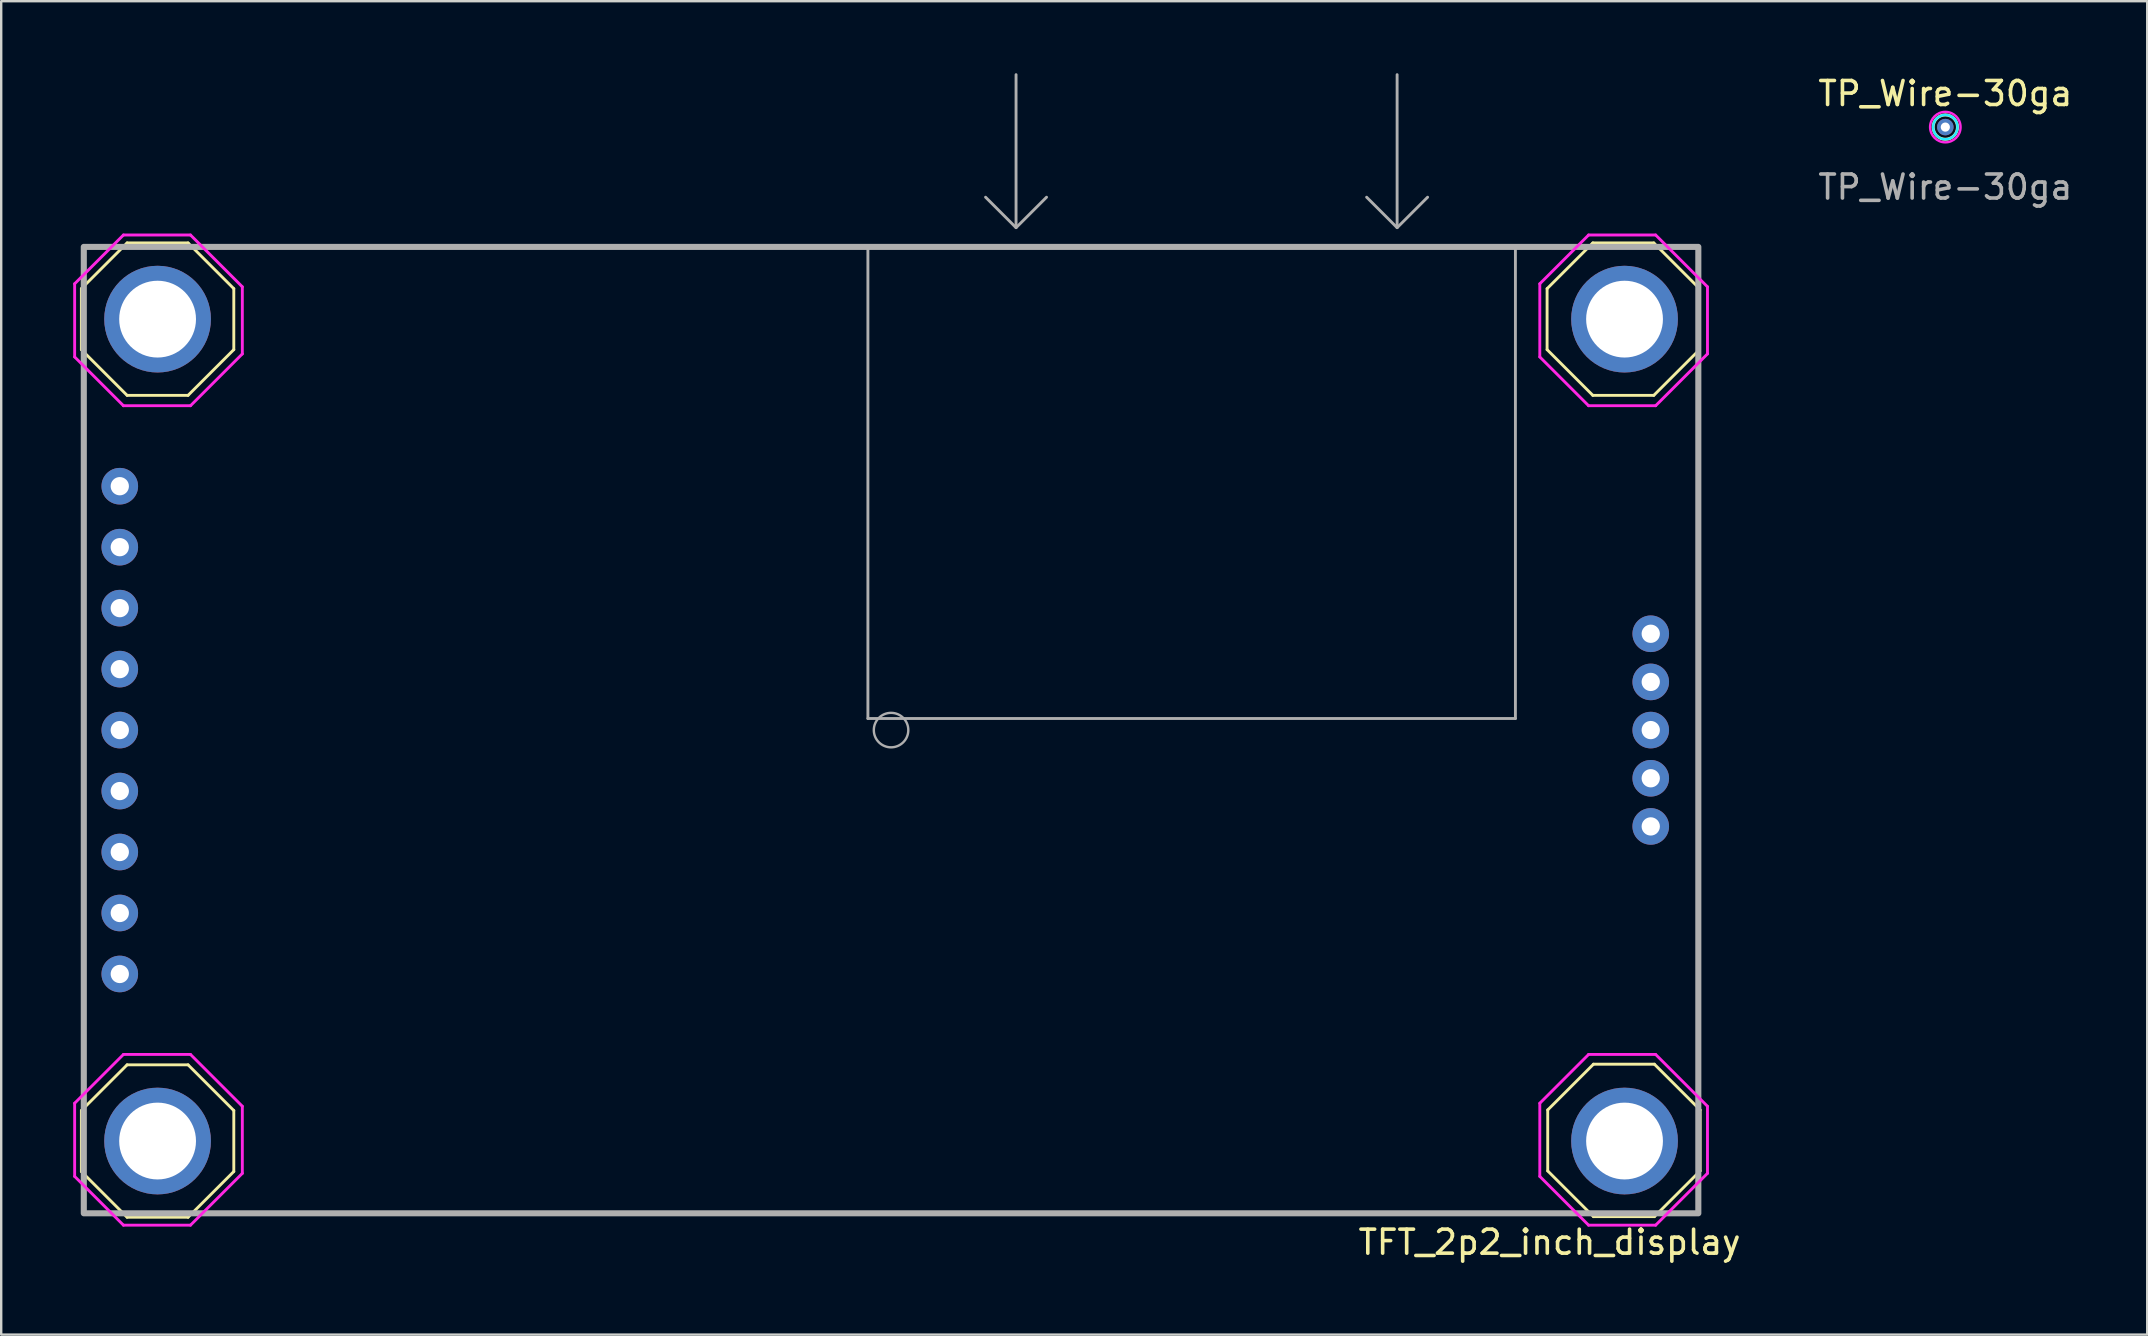
<source format=kicad_pcb>
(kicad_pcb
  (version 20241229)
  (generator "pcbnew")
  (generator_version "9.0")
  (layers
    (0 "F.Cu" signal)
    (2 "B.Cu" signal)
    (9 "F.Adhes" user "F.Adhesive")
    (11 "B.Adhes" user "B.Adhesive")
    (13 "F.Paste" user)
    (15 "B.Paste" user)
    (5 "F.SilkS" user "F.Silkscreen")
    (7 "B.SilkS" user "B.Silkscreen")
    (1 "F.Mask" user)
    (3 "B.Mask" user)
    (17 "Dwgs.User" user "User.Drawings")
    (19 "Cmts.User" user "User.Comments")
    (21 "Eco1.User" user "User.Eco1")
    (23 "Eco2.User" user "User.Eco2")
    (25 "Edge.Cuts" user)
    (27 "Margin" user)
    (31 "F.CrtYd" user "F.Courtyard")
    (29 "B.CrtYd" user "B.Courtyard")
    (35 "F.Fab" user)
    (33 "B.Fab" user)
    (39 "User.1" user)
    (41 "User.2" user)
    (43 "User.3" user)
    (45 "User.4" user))
  (footprint "TFT_2p2_inch_display"
    (layer "F.Cu")
    (at 34.071 27.365)
    (property "Reference" "TFT_2p2_inch_display" (at 27.432 21.336 0) (layer "F.SilkS") (effects (font (size 1 1) (thickness 0.15))))
    (attr through_hole)
    (fp_line (start -33.731 -18.39) (end -33.731 -15.85) (stroke (width 0.12) (type solid)) (layer "F.SilkS"))
    (fp_line (start -33.731 -18.39) (end -31.826 -20.295) (stroke (width 0.12) (type solid)) (layer "F.SilkS"))
    (fp_line (start -33.731 15.85) (end -33.731 18.39) (stroke (width 0.12) (type solid)) (layer "F.SilkS"))
    (fp_line (start -33.731 15.85) (end -31.826 13.945) (stroke (width 0.12) (type solid)) (layer "F.SilkS"))
    (fp_line (start -31.826 -13.945) (end -33.731 -15.85) (stroke (width 0.12) (type solid)) (layer "F.SilkS"))
    (fp_line (start -31.826 -13.945) (end -29.286 -13.945) (stroke (width 0.12) (type solid)) (layer "F.SilkS"))
    (fp_line (start -31.826 20.295) (end -33.731 18.39) (stroke (width 0.12) (type solid)) (layer "F.SilkS"))
    (fp_line (start -31.826 20.295) (end -29.286 20.295) (stroke (width 0.12) (type solid)) (layer "F.SilkS"))
    (fp_line (start -29.286 -20.295) (end -31.826 -20.295) (stroke (width 0.12) (type solid)) (layer "F.SilkS"))
    (fp_line (start -29.286 -20.295) (end -27.381 -18.39) (stroke (width 0.12) (type solid)) (layer "F.SilkS"))
    (fp_line (start -29.286 13.945) (end -31.826 13.945) (stroke (width 0.12) (type solid)) (layer "F.SilkS"))
    (fp_line (start -29.286 13.945) (end -27.381 15.85) (stroke (width 0.12) (type solid)) (layer "F.SilkS"))
    (fp_line (start -27.381 -15.85) (end -29.286 -13.945) (stroke (width 0.12) (type solid)) (layer "F.SilkS"))
    (fp_line (start -27.381 -15.85) (end -27.381 -18.39) (stroke (width 0.12) (type solid)) (layer "F.SilkS"))
    (fp_line (start -27.381 18.39) (end -29.286 20.295) (stroke (width 0.12) (type solid)) (layer "F.SilkS"))
    (fp_line (start -27.381 18.39) (end -27.381 15.85) (stroke (width 0.12) (type solid)) (layer "F.SilkS"))
    (fp_line (start 27.33 -18.39) (end 27.33 -15.85) (stroke (width 0.12) (type solid)) (layer "F.SilkS"))
    (fp_line (start 27.33 -18.39) (end 29.235 -20.295) (stroke (width 0.12) (type solid)) (layer "F.SilkS"))
    (fp_line (start 27.356 15.824) (end 27.356 18.364) (stroke (width 0.12) (type solid)) (layer "F.SilkS"))
    (fp_line (start 27.356 15.824) (end 29.261 13.919) (stroke (width 0.12) (type solid)) (layer "F.SilkS"))
    (fp_line (start 29.235 -13.945) (end 27.33 -15.85) (stroke (width 0.12) (type solid)) (layer "F.SilkS"))
    (fp_line (start 29.235 -13.945) (end 31.775 -13.945) (stroke (width 0.12) (type solid)) (layer "F.SilkS"))
    (fp_line (start 29.261 20.269) (end 27.356 18.364) (stroke (width 0.12) (type solid)) (layer "F.SilkS"))
    (fp_line (start 29.261 20.269) (end 31.801 20.269) (stroke (width 0.12) (type solid)) (layer "F.SilkS"))
    (fp_line (start 31.775 -20.295) (end 29.235 -20.295) (stroke (width 0.12) (type solid)) (layer "F.SilkS"))
    (fp_line (start 31.775 -20.295) (end 33.68 -18.39) (stroke (width 0.12) (type solid)) (layer "F.SilkS"))
    (fp_line (start 31.801 13.919) (end 29.261 13.919) (stroke (width 0.12) (type solid)) (layer "F.SilkS"))
    (fp_line (start 31.801 13.919) (end 33.706 15.824) (stroke (width 0.12) (type solid)) (layer "F.SilkS"))
    (fp_line (start 33.68 -15.85) (end 31.775 -13.945) (stroke (width 0.12) (type solid)) (layer "F.SilkS"))
    (fp_line (start 33.68 -15.85) (end 33.68 -18.39) (stroke (width 0.12) (type solid)) (layer "F.SilkS"))
    (fp_line (start 33.706 18.364) (end 31.801 20.269) (stroke (width 0.12) (type solid)) (layer "F.SilkS"))
    (fp_line (start 33.706 18.364) (end 33.706 15.824) (stroke (width 0.12) (type solid)) (layer "F.SilkS"))
    (fp_line (start -34.011 -18.593) (end -31.979 -20.625) (stroke (width 0.12) (type solid)) (layer "F.CrtYd"))
    (fp_line (start -34.011 -15.545) (end -34.011 -18.593) (stroke (width 0.12) (type solid)) (layer "F.CrtYd"))
    (fp_line (start -34.011 15.545) (end -31.979 13.513) (stroke (width 0.12) (type solid)) (layer "F.CrtYd"))
    (fp_line (start -34.011 18.593) (end -34.011 15.545) (stroke (width 0.12) (type solid)) (layer "F.CrtYd"))
    (fp_line (start -31.979 -20.625) (end -29.185 -20.625) (stroke (width 0.12) (type solid)) (layer "F.CrtYd"))
    (fp_line (start -31.979 -13.513) (end -34.011 -15.545) (stroke (width 0.12) (type solid)) (layer "F.CrtYd"))
    (fp_line (start -31.979 13.513) (end -29.185 13.513) (stroke (width 0.12) (type solid)) (layer "F.CrtYd"))
    (fp_line (start -31.979 20.625) (end -34.011 18.593) (stroke (width 0.12) (type solid)) (layer "F.CrtYd"))
    (fp_line (start -29.185 -20.625) (end -27.026 -18.466) (stroke (width 0.12) (type solid)) (layer "F.CrtYd"))
    (fp_line (start -29.185 -13.513) (end -31.979 -13.513) (stroke (width 0.12) (type solid)) (layer "F.CrtYd"))
    (fp_line (start -29.185 13.513) (end -27.026 15.672) (stroke (width 0.12) (type solid)) (layer "F.CrtYd"))
    (fp_line (start -29.185 20.625) (end -31.979 20.625) (stroke (width 0.12) (type solid)) (layer "F.CrtYd"))
    (fp_line (start -27.026 -18.466) (end -27.026 -15.672) (stroke (width 0.12) (type solid)) (layer "F.CrtYd"))
    (fp_line (start -27.026 -15.672) (end -29.185 -13.513) (stroke (width 0.12) (type solid)) (layer "F.CrtYd"))
    (fp_line (start -27.026 15.672) (end -27.026 18.466) (stroke (width 0.12) (type solid)) (layer "F.CrtYd"))
    (fp_line (start -27.026 18.466) (end -29.185 20.625) (stroke (width 0.12) (type solid)) (layer "F.CrtYd"))
    (fp_line (start 27.026 -18.593) (end 29.058 -20.625) (stroke (width 0.12) (type solid)) (layer "F.CrtYd"))
    (fp_line (start 27.026 -15.545) (end 27.026 -18.593) (stroke (width 0.12) (type solid)) (layer "F.CrtYd"))
    (fp_line (start 27.026 15.545) (end 29.058 13.513) (stroke (width 0.12) (type solid)) (layer "F.CrtYd"))
    (fp_line (start 27.026 18.593) (end 27.026 15.545) (stroke (width 0.12) (type solid)) (layer "F.CrtYd"))
    (fp_line (start 29.058 -20.625) (end 31.852 -20.625) (stroke (width 0.12) (type solid)) (layer "F.CrtYd"))
    (fp_line (start 29.058 -13.513) (end 27.026 -15.545) (stroke (width 0.12) (type solid)) (layer "F.CrtYd"))
    (fp_line (start 29.058 13.513) (end 31.852 13.513) (stroke (width 0.12) (type solid)) (layer "F.CrtYd"))
    (fp_line (start 29.058 20.625) (end 27.026 18.593) (stroke (width 0.12) (type solid)) (layer "F.CrtYd"))
    (fp_line (start 31.852 -20.625) (end 34.011 -18.466) (stroke (width 0.12) (type solid)) (layer "F.CrtYd"))
    (fp_line (start 31.852 -13.513) (end 29.058 -13.513) (stroke (width 0.12) (type solid)) (layer "F.CrtYd"))
    (fp_line (start 31.852 13.513) (end 34.011 15.672) (stroke (width 0.12) (type solid)) (layer "F.CrtYd"))
    (fp_line (start 31.852 20.625) (end 29.058 20.625) (stroke (width 0.12) (type solid)) (layer "F.CrtYd"))
    (fp_line (start 34.011 -18.466) (end 34.011 -15.672) (stroke (width 0.12) (type solid)) (layer "F.CrtYd"))
    (fp_line (start 34.011 -15.672) (end 31.852 -13.513) (stroke (width 0.12) (type solid)) (layer "F.CrtYd"))
    (fp_line (start 34.011 15.672) (end 34.011 18.466) (stroke (width 0.12) (type solid)) (layer "F.CrtYd"))
    (fp_line (start 34.011 18.466) (end 31.852 20.625) (stroke (width 0.12) (type solid)) (layer "F.CrtYd"))
    (fp_line (start -0.965 -20.117) (end -0.965 -0.483) (stroke (width 0.12) (type solid)) (layer "F.Fab"))
    (fp_line (start -0.965 -0.483) (end 26.01 -0.483) (stroke (width 0.12) (type solid)) (layer "F.Fab"))
    (fp_line (start 5.207 -20.955) (end 5.207 -27.305) (stroke (width 0.12) (type solid)) (layer "F.Fab"))
    (fp_line (start 5.207 -20.93) (end 3.937 -22.2) (stroke (width 0.12) (type solid)) (layer "F.Fab"))
    (fp_line (start 6.477 -22.2) (end 5.207 -20.93) (stroke (width 0.12) (type solid)) (layer "F.Fab"))
    (fp_line (start 21.082 -20.955) (end 21.082 -27.305) (stroke (width 0.12) (type solid)) (layer "F.Fab"))
    (fp_line (start 21.082 -20.93) (end 19.812 -22.2) (stroke (width 0.12) (type solid)) (layer "F.Fab"))
    (fp_line (start 22.352 -22.2) (end 21.082 -20.93) (stroke (width 0.12) (type solid)) (layer "F.Fab"))
    (fp_line (start 26.01 -20.117) (end 26.01 -0.483) (stroke (width 0.12) (type solid)) (layer "F.Fab"))
    (fp_rect (start -33.63 -20.13) (end 33.63 20.13) (stroke (width 0.254) (type solid)) (fill no) (layer "F.Fab"))
    (fp_circle (center 0 0) (end 0.508 0.508) (stroke (width 0.1) (type solid)) (fill no) (layer "F.Fab"))
    (pad "" np_thru_hole circle (at -30.556 -17.12) (size 4.445 4.445) (drill 3.2) (layers "*.Cu" "*.Mask"))
    (pad "" np_thru_hole circle (at -30.556 17.12) (size 4.445 4.445) (drill 3.2) (layers "*.Cu" "*.Mask"))
    (pad "" np_thru_hole circle (at 30.556 -17.12) (size 4.445 4.445) (drill 3.2) (layers "*.Cu" "*.Mask"))
    (pad "" np_thru_hole circle (at 30.556 17.12) (size 4.445 4.445) (drill 3.2) (layers "*.Cu" "*.Mask"))
    (pad "1" thru_hole circle (at -32.131 -10.16) (size 1.524 1.524) (drill 0.762) (layers "*.Cu" "*.Mask"))
    (pad "2" thru_hole circle (at -32.131 -7.62) (size 1.524 1.524) (drill 0.762) (layers "*.Cu" "*.Mask"))
    (pad "3" thru_hole circle (at -32.131 -5.08) (size 1.524 1.524) (drill 0.762) (layers "*.Cu" "*.Mask"))
    (pad "4" thru_hole circle (at -32.131 -2.54) (size 1.524 1.524) (drill 0.762) (layers "*.Cu" "*.Mask"))
    (pad "5" thru_hole circle (at -32.131 0) (size 1.524 1.524) (drill 0.762) (layers "*.Cu" "*.Mask"))
    (pad "6" thru_hole circle (at -32.131 2.54) (size 1.524 1.524) (drill 0.762) (layers "*.Cu" "*.Mask"))
    (pad "7" thru_hole circle (at -32.131 5.08) (size 1.524 1.524) (drill 0.762) (layers "*.Cu" "*.Mask"))
    (pad "8" thru_hole circle (at -32.131 7.62) (size 1.524 1.524) (drill 0.762) (layers "*.Cu" "*.Mask"))
    (pad "9" thru_hole circle (at -32.131 10.16) (size 1.524 1.524) (drill 0.762) (layers "*.Cu" "*.Mask"))
    (pad "10" thru_hole circle (at 31.648 -4.013) (size 1.524 1.524) (drill 0.762) (layers "*.Cu" "*.Mask"))
    (pad "11" thru_hole circle (at 31.648 -2.007) (size 1.524 1.524) (drill 0.762) (layers "*.Cu" "*.Mask"))
    (pad "12" thru_hole circle (at 31.648 0) (size 1.524 1.524) (drill 0.762) (layers "*.Cu" "*.Mask"))
    (pad "13" thru_hole circle (at 31.648 2.007) (size 1.524 1.524) (drill 0.762) (layers "*.Cu" "*.Mask"))
    (pad "14" thru_hole circle (at 31.648 4.013) (size 1.524 1.524) (drill 0.762) (layers "*.Cu" "*.Mask")))
  (footprint "TP_Wire-30ga"
    (layer "F.Cu")
    (at 77.991 2.245)
    (property "Reference" "TP_Wire-30ga" (at 0 -1.397 0) (unlocked yes) (layer "F.SilkS") (effects (font (size 1 1) (thickness 0.15))))
    (attr through_hole)
    (fp_circle (center 0 0) (end 0.508 0) (stroke (width 0.127) (type default)) (fill no) (layer "F.SilkS"))
    (fp_circle (center 0 0) (end 0.508 0) (stroke (width 0.1) (type default)) (fill no) (layer "B.CrtYd"))
    (fp_circle (center 0 0) (end 0.635 0) (stroke (width 0.1) (type default)) (fill no) (layer "F.CrtYd"))
    (fp_text user "${REFERENCE}" (at 0 2.5 0) (unlocked yes) (layer "F.Fab") (effects (font (size 1 1) (thickness 0.15))))
    (pad "1" thru_hole circle (at 0 0) (size 0.686 0.686) (drill 0.381) (layers "*.Cu" "*.Mask")))
  (gr_rect
    (start -3 -3)
    (end 86.401 52.549)
    (stroke (width 0.1) (type default))
    (fill no)
    (layer "Edge.Cuts")))
</source>
